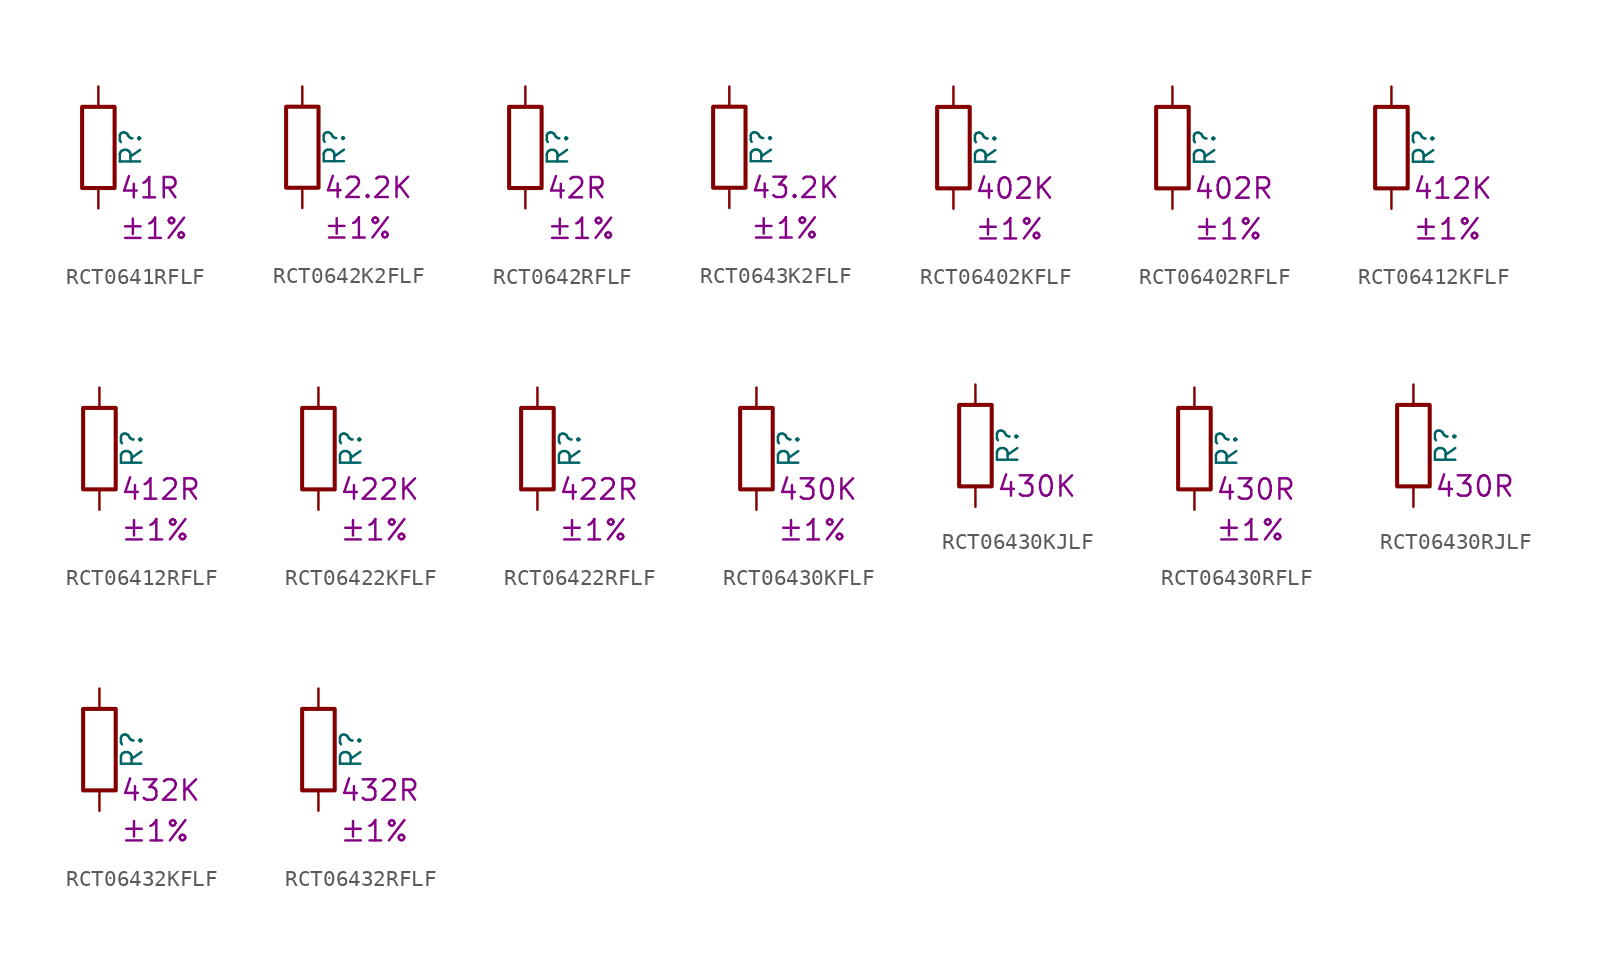
<source format=kicad_sym>
(kicad_symbol_lib
  (version 20220914)
  (generator kicad_symbol_editor)
  (symbol "RCT0641RFLF"
    (pin_numbers hide)
    (pin_names
      (offset 0))
    (property "Reference" "R"
      (at 2.032 0 90)
      (effects (font (size 1.27 1.27))))
    (property "Resistance" "41R"
      (at 1.27 -2.54 0)
      (effects (font (size 1.27 1.27)) (justify left)))
    (property "Tolerance" "±1%"
      (at 1.27 -5.08 0)
      (effects (font (size 1.27 1.27)) (justify left)))
    (symbol "RCT0641RFLF_0_1"
      (rectangle (start -1.016 -2.54) (end 1.016 2.54) (stroke (width 0.254) (type default)) (fill (type none))))
    (symbol "RCT0641RFLF_1_1"
      (pin passive line (at 0 3.81 270) (length 1.27) (name "~" (effects (font (size 1.27 1.27)))) (number "1" (effects (font (size 1.27 1.27)))))
      (pin passive line (at 0 -3.81 90) (length 1.27) (name "~" (effects (font (size 1.27 1.27)))) (number "2" (effects (font (size 1.27 1.27)))))))
  (symbol "RCT0642K2FLF"
    (pin_numbers hide)
    (pin_names
      (offset 0))
    (property "Reference" "R"
      (at 2.032 0 90)
      (effects (font (size 1.27 1.27))))
    (property "Resistance" "42.2K"
      (at 1.27 -2.54 0)
      (effects (font (size 1.27 1.27)) (justify left)))
    (property "Tolerance" "±1%"
      (at 1.27 -5.08 0)
      (effects (font (size 1.27 1.27)) (justify left)))
    (symbol "RCT0642K2FLF_0_1"
      (rectangle (start -1.016 -2.54) (end 1.016 2.54) (stroke (width 0.254) (type default)) (fill (type none))))
    (symbol "RCT0642K2FLF_1_1"
      (pin passive line (at 0 3.81 270) (length 1.27) (name "~" (effects (font (size 1.27 1.27)))) (number "1" (effects (font (size 1.27 1.27)))))
      (pin passive line (at 0 -3.81 90) (length 1.27) (name "~" (effects (font (size 1.27 1.27)))) (number "2" (effects (font (size 1.27 1.27)))))))
  (symbol "RCT0642RFLF"
    (pin_numbers hide)
    (pin_names
      (offset 0))
    (property "Reference" "R"
      (at 2.032 0 90)
      (effects (font (size 1.27 1.27))))
    (property "Resistance" "42R"
      (at 1.27 -2.54 0)
      (effects (font (size 1.27 1.27)) (justify left)))
    (property "Tolerance" "±1%"
      (at 1.27 -5.08 0)
      (effects (font (size 1.27 1.27)) (justify left)))
    (symbol "RCT0642RFLF_0_1"
      (rectangle (start -1.016 -2.54) (end 1.016 2.54) (stroke (width 0.254) (type default)) (fill (type none))))
    (symbol "RCT0642RFLF_1_1"
      (pin passive line (at 0 3.81 270) (length 1.27) (name "~" (effects (font (size 1.27 1.27)))) (number "1" (effects (font (size 1.27 1.27)))))
      (pin passive line (at 0 -3.81 90) (length 1.27) (name "~" (effects (font (size 1.27 1.27)))) (number "2" (effects (font (size 1.27 1.27)))))))
  (symbol "RCT0643K2FLF"
    (pin_numbers hide)
    (pin_names
      (offset 0))
    (property "Reference" "R"
      (at 2.032 0 90)
      (effects (font (size 1.27 1.27))))
    (property "Resistance" "43.2K"
      (at 1.27 -2.54 0)
      (effects (font (size 1.27 1.27)) (justify left)))
    (property "Tolerance" "±1%"
      (at 1.27 -5.08 0)
      (effects (font (size 1.27 1.27)) (justify left)))
    (symbol "RCT0643K2FLF_0_1"
      (rectangle (start -1.016 -2.54) (end 1.016 2.54) (stroke (width 0.254) (type default)) (fill (type none))))
    (symbol "RCT0643K2FLF_1_1"
      (pin passive line (at 0 3.81 270) (length 1.27) (name "~" (effects (font (size 1.27 1.27)))) (number "1" (effects (font (size 1.27 1.27)))))
      (pin passive line (at 0 -3.81 90) (length 1.27) (name "~" (effects (font (size 1.27 1.27)))) (number "2" (effects (font (size 1.27 1.27)))))))
  (symbol "RCT06402KFLF"
    (pin_numbers hide)
    (pin_names
      (offset 0))
    (property "Reference" "R"
      (at 2.032 0 90)
      (effects (font (size 1.27 1.27))))
    (property "Resistance" "402K"
      (at 1.27 -2.54 0)
      (effects (font (size 1.27 1.27)) (justify left)))
    (property "Tolerance" "±1%"
      (at 1.27 -5.08 0)
      (effects (font (size 1.27 1.27)) (justify left)))
    (symbol "RCT06402KFLF_0_1"
      (rectangle (start -1.016 -2.54) (end 1.016 2.54) (stroke (width 0.254) (type default)) (fill (type none))))
    (symbol "RCT06402KFLF_1_1"
      (pin passive line (at 0 3.81 270) (length 1.27) (name "~" (effects (font (size 1.27 1.27)))) (number "1" (effects (font (size 1.27 1.27)))))
      (pin passive line (at 0 -3.81 90) (length 1.27) (name "~" (effects (font (size 1.27 1.27)))) (number "2" (effects (font (size 1.27 1.27)))))))
  (symbol "RCT06402RFLF"
    (pin_numbers hide)
    (pin_names
      (offset 0))
    (property "Reference" "R"
      (at 2.032 0 90)
      (effects (font (size 1.27 1.27))))
    (property "Resistance" "402R"
      (at 1.27 -2.54 0)
      (effects (font (size 1.27 1.27)) (justify left)))
    (property "Tolerance" "±1%"
      (at 1.27 -5.08 0)
      (effects (font (size 1.27 1.27)) (justify left)))
    (symbol "RCT06402RFLF_0_1"
      (rectangle (start -1.016 -2.54) (end 1.016 2.54) (stroke (width 0.254) (type default)) (fill (type none))))
    (symbol "RCT06402RFLF_1_1"
      (pin passive line (at 0 3.81 270) (length 1.27) (name "~" (effects (font (size 1.27 1.27)))) (number "1" (effects (font (size 1.27 1.27)))))
      (pin passive line (at 0 -3.81 90) (length 1.27) (name "~" (effects (font (size 1.27 1.27)))) (number "2" (effects (font (size 1.27 1.27)))))))
  (symbol "RCT06412KFLF"
    (pin_numbers hide)
    (pin_names
      (offset 0))
    (property "Reference" "R"
      (at 2.032 0 90)
      (effects (font (size 1.27 1.27))))
    (property "Resistance" "412K"
      (at 1.27 -2.54 0)
      (effects (font (size 1.27 1.27)) (justify left)))
    (property "Tolerance" "±1%"
      (at 1.27 -5.08 0)
      (effects (font (size 1.27 1.27)) (justify left)))
    (symbol "RCT06412KFLF_0_1"
      (rectangle (start -1.016 -2.54) (end 1.016 2.54) (stroke (width 0.254) (type default)) (fill (type none))))
    (symbol "RCT06412KFLF_1_1"
      (pin passive line (at 0 3.81 270) (length 1.27) (name "~" (effects (font (size 1.27 1.27)))) (number "1" (effects (font (size 1.27 1.27)))))
      (pin passive line (at 0 -3.81 90) (length 1.27) (name "~" (effects (font (size 1.27 1.27)))) (number "2" (effects (font (size 1.27 1.27)))))))
  (symbol "RCT06412RFLF"
    (pin_numbers hide)
    (pin_names
      (offset 0))
    (property "Reference" "R"
      (at 2.032 0 90)
      (effects (font (size 1.27 1.27))))
    (property "Resistance" "412R"
      (at 1.27 -2.54 0)
      (effects (font (size 1.27 1.27)) (justify left)))
    (property "Tolerance" "±1%"
      (at 1.27 -5.08 0)
      (effects (font (size 1.27 1.27)) (justify left)))
    (symbol "RCT06412RFLF_0_1"
      (rectangle (start -1.016 -2.54) (end 1.016 2.54) (stroke (width 0.254) (type default)) (fill (type none))))
    (symbol "RCT06412RFLF_1_1"
      (pin passive line (at 0 3.81 270) (length 1.27) (name "~" (effects (font (size 1.27 1.27)))) (number "1" (effects (font (size 1.27 1.27)))))
      (pin passive line (at 0 -3.81 90) (length 1.27) (name "~" (effects (font (size 1.27 1.27)))) (number "2" (effects (font (size 1.27 1.27)))))))
  (symbol "RCT06422KFLF"
    (pin_numbers hide)
    (pin_names
      (offset 0))
    (property "Reference" "R"
      (at 2.032 0 90)
      (effects (font (size 1.27 1.27))))
    (property "Resistance" "422K"
      (at 1.27 -2.54 0)
      (effects (font (size 1.27 1.27)) (justify left)))
    (property "Tolerance" "±1%"
      (at 1.27 -5.08 0)
      (effects (font (size 1.27 1.27)) (justify left)))
    (symbol "RCT06422KFLF_0_1"
      (rectangle (start -1.016 -2.54) (end 1.016 2.54) (stroke (width 0.254) (type default)) (fill (type none))))
    (symbol "RCT06422KFLF_1_1"
      (pin passive line (at 0 3.81 270) (length 1.27) (name "~" (effects (font (size 1.27 1.27)))) (number "1" (effects (font (size 1.27 1.27)))))
      (pin passive line (at 0 -3.81 90) (length 1.27) (name "~" (effects (font (size 1.27 1.27)))) (number "2" (effects (font (size 1.27 1.27)))))))
  (symbol "RCT06422RFLF"
    (pin_numbers hide)
    (pin_names
      (offset 0))
    (property "Reference" "R"
      (at 2.032 0 90)
      (effects (font (size 1.27 1.27))))
    (property "Resistance" "422R"
      (at 1.27 -2.54 0)
      (effects (font (size 1.27 1.27)) (justify left)))
    (property "Tolerance" "±1%"
      (at 1.27 -5.08 0)
      (effects (font (size 1.27 1.27)) (justify left)))
    (symbol "RCT06422RFLF_0_1"
      (rectangle (start -1.016 -2.54) (end 1.016 2.54) (stroke (width 0.254) (type default)) (fill (type none))))
    (symbol "RCT06422RFLF_1_1"
      (pin passive line (at 0 3.81 270) (length 1.27) (name "~" (effects (font (size 1.27 1.27)))) (number "1" (effects (font (size 1.27 1.27)))))
      (pin passive line (at 0 -3.81 90) (length 1.27) (name "~" (effects (font (size 1.27 1.27)))) (number "2" (effects (font (size 1.27 1.27)))))))
  (symbol "RCT06430KFLF"
    (pin_numbers hide)
    (pin_names
      (offset 0))
    (property "Reference" "R"
      (at 2.032 0 90)
      (effects (font (size 1.27 1.27))))
    (property "Resistance" "430K"
      (at 1.27 -2.54 0)
      (effects (font (size 1.27 1.27)) (justify left)))
    (property "Tolerance" "±1%"
      (at 1.27 -5.08 0)
      (effects (font (size 1.27 1.27)) (justify left)))
    (symbol "RCT06430KFLF_0_1"
      (rectangle (start -1.016 -2.54) (end 1.016 2.54) (stroke (width 0.254) (type default)) (fill (type none))))
    (symbol "RCT06430KFLF_1_1"
      (pin passive line (at 0 3.81 270) (length 1.27) (name "~" (effects (font (size 1.27 1.27)))) (number "1" (effects (font (size 1.27 1.27)))))
      (pin passive line (at 0 -3.81 90) (length 1.27) (name "~" (effects (font (size 1.27 1.27)))) (number "2" (effects (font (size 1.27 1.27)))))))
  (symbol "RCT06430KJLF"
    (pin_numbers hide)
    (pin_names
      (offset 0))
    (property "Reference" "R"
      (at 2.032 0 90)
      (effects (font (size 1.27 1.27))))
    (property "Resistance" "430K"
      (at 1.27 -2.54 0)
      (effects (font (size 1.27 1.27)) (justify left)))
    (symbol "RCT06430KJLF_0_1"
      (rectangle (start -1.016 -2.54) (end 1.016 2.54) (stroke (width 0.254) (type default)) (fill (type none))))
    (symbol "RCT06430KJLF_1_1"
      (pin passive line (at 0 3.81 270) (length 1.27) (name "~" (effects (font (size 1.27 1.27)))) (number "1" (effects (font (size 1.27 1.27)))))
      (pin passive line (at 0 -3.81 90) (length 1.27) (name "~" (effects (font (size 1.27 1.27)))) (number "2" (effects (font (size 1.27 1.27)))))))
  (symbol "RCT06430RFLF"
    (pin_numbers hide)
    (pin_names
      (offset 0))
    (property "Reference" "R"
      (at 2.032 0 90)
      (effects (font (size 1.27 1.27))))
    (property "Resistance" "430R"
      (at 1.27 -2.54 0)
      (effects (font (size 1.27 1.27)) (justify left)))
    (property "Tolerance" "±1%"
      (at 1.27 -5.08 0)
      (effects (font (size 1.27 1.27)) (justify left)))
    (symbol "RCT06430RFLF_0_1"
      (rectangle (start -1.016 -2.54) (end 1.016 2.54) (stroke (width 0.254) (type default)) (fill (type none))))
    (symbol "RCT06430RFLF_1_1"
      (pin passive line (at 0 3.81 270) (length 1.27) (name "~" (effects (font (size 1.27 1.27)))) (number "1" (effects (font (size 1.27 1.27)))))
      (pin passive line (at 0 -3.81 90) (length 1.27) (name "~" (effects (font (size 1.27 1.27)))) (number "2" (effects (font (size 1.27 1.27)))))))
  (symbol "RCT06430RJLF"
    (pin_numbers hide)
    (pin_names
      (offset 0))
    (property "Reference" "R"
      (at 2.032 0 90)
      (effects (font (size 1.27 1.27))))
    (property "Resistance" "430R"
      (at 1.27 -2.54 0)
      (effects (font (size 1.27 1.27)) (justify left)))
    (symbol "RCT06430RJLF_0_1"
      (rectangle (start -1.016 -2.54) (end 1.016 2.54) (stroke (width 0.254) (type default)) (fill (type none))))
    (symbol "RCT06430RJLF_1_1"
      (pin passive line (at 0 3.81 270) (length 1.27) (name "~" (effects (font (size 1.27 1.27)))) (number "1" (effects (font (size 1.27 1.27)))))
      (pin passive line (at 0 -3.81 90) (length 1.27) (name "~" (effects (font (size 1.27 1.27)))) (number "2" (effects (font (size 1.27 1.27)))))))
  (symbol "RCT06432KFLF"
    (pin_numbers hide)
    (pin_names
      (offset 0))
    (property "Reference" "R"
      (at 2.032 0 90)
      (effects (font (size 1.27 1.27))))
    (property "Resistance" "432K"
      (at 1.27 -2.54 0)
      (effects (font (size 1.27 1.27)) (justify left)))
    (property "Tolerance" "±1%"
      (at 1.27 -5.08 0)
      (effects (font (size 1.27 1.27)) (justify left)))
    (symbol "RCT06432KFLF_0_1"
      (rectangle (start -1.016 -2.54) (end 1.016 2.54) (stroke (width 0.254) (type default)) (fill (type none))))
    (symbol "RCT06432KFLF_1_1"
      (pin passive line (at 0 3.81 270) (length 1.27) (name "~" (effects (font (size 1.27 1.27)))) (number "1" (effects (font (size 1.27 1.27)))))
      (pin passive line (at 0 -3.81 90) (length 1.27) (name "~" (effects (font (size 1.27 1.27)))) (number "2" (effects (font (size 1.27 1.27)))))))
  (symbol "RCT06432RFLF"
    (pin_numbers hide)
    (pin_names
      (offset 0))
    (property "Reference" "R"
      (at 2.032 0 90)
      (effects (font (size 1.27 1.27))))
    (property "Resistance" "432R"
      (at 1.27 -2.54 0)
      (effects (font (size 1.27 1.27)) (justify left)))
    (property "Tolerance" "±1%"
      (at 1.27 -5.08 0)
      (effects (font (size 1.27 1.27)) (justify left)))
    (symbol "RCT06432RFLF_0_1"
      (rectangle (start -1.016 -2.54) (end 1.016 2.54) (stroke (width 0.254) (type default)) (fill (type none))))
    (symbol "RCT06432RFLF_1_1"
      (pin passive line (at 0 3.81 270) (length 1.27) (name "~" (effects (font (size 1.27 1.27)))) (number "1" (effects (font (size 1.27 1.27)))))
      (pin passive line (at 0 -3.81 90) (length 1.27) (name "~" (effects (font (size 1.27 1.27)))) (number "2" (effects (font (size 1.27 1.27))))))))
</source>
